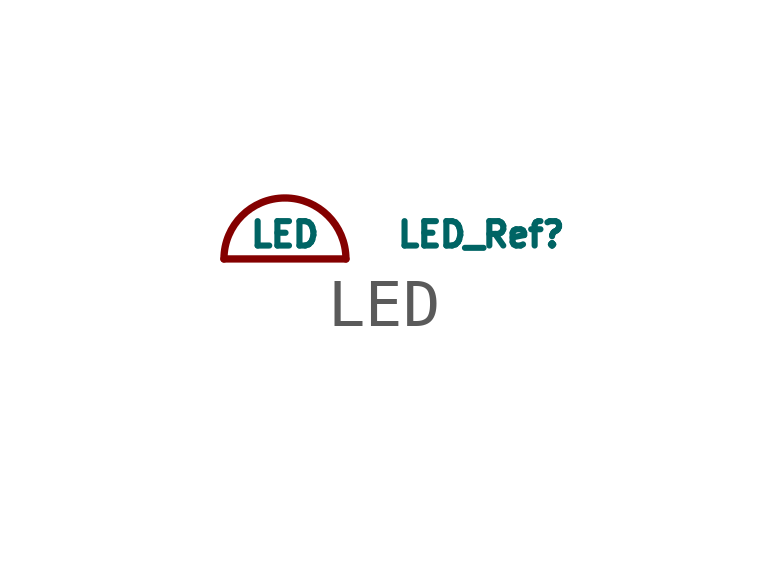
<source format=kicad_sym>
(kicad_symbol_lib
  (version 20211014)
  (generator kicad_symbol_editor)
  (symbol "LED"
    (pin_numbers hide)
    (pin_names
      (offset 1.016))
    (property "Reference" "LED_Ref"
      (at 2.286 0 0)
      (effects (font (size 0.508 0.508)) (justify left)))
    (property "Value" "LED"
      (at 0 0 0)
      (effects (font (size 0.508 0.508))))
    (symbol "LED_0_1"
      (polyline (pts (xy 1.27 -0.508) (xy -1.27 -0.508)) (stroke (width 0) (type default) (color 0 0 0 0)) (fill (type none)))
      (arc (start 1.27 -0.508) (mid 0 0.762) (end -1.27 -0.508) (stroke (width 0) (type default) (color 0 0 0 0)) (fill (type none))))))
</source>
